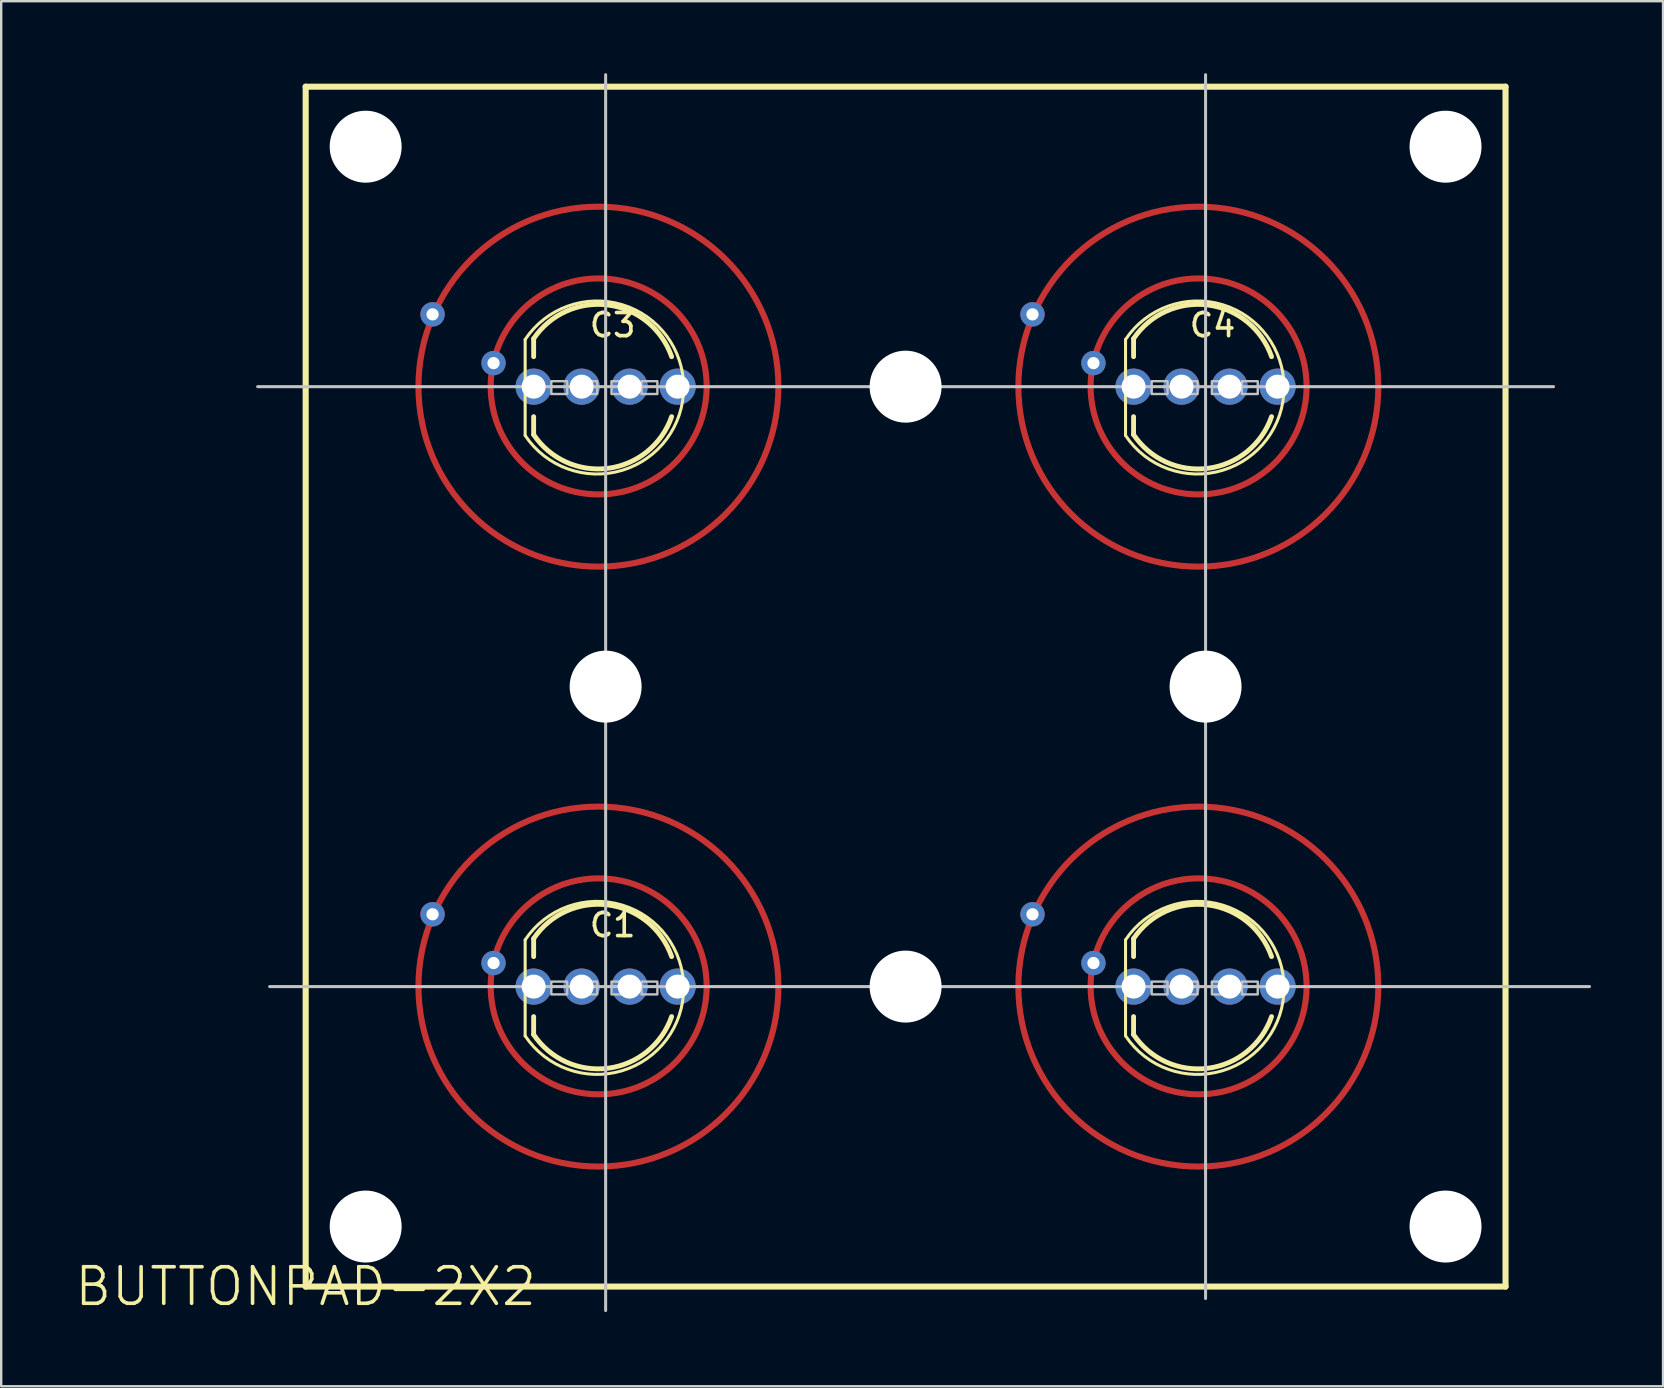
<source format=kicad_pcb>
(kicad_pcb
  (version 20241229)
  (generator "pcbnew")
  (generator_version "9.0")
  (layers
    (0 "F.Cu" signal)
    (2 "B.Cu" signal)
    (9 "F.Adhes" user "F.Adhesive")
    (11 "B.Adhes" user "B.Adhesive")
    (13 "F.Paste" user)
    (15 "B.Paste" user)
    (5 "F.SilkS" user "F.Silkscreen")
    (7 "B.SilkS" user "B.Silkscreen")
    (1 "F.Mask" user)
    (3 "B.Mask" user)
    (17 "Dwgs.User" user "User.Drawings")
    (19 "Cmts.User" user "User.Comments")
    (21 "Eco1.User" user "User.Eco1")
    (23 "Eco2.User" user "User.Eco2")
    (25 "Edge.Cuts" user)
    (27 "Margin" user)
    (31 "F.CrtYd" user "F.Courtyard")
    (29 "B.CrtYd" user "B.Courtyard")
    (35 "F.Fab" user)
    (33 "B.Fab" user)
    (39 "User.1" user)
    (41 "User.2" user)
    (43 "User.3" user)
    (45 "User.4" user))
  (footprint "BUTTONPAD-2X2"
    (layer "F.Cu")
    (at 9.688 50.563)
    (property "Reference" "BUTTONPAD-2X2" (at 0 0 0) (layer "F.SilkS") (effects (font (size 1.524 1.524) (thickness 0.15))))
    (attr through_hole)
    (fp_circle (center 12.2 -37.5) (end 19.7 -37.5) (stroke (width 0.254) (type solid)) (fill no) (layer "F.Cu"))
    (fp_circle (center 12.2 -12.5) (end 19.7 -12.5) (stroke (width 0.254) (type solid)) (fill no) (layer "F.Cu"))
    (fp_circle (center 12.21 -37.51) (end 16.71 -37.51) (stroke (width 0.254) (type solid)) (fill no) (layer "F.Cu"))
    (fp_circle (center 12.21 -12.51) (end 16.71 -12.51) (stroke (width 0.254) (type solid)) (fill no) (layer "F.Cu"))
    (fp_circle (center 37.2 -37.5) (end 44.7 -37.5) (stroke (width 0.254) (type solid)) (fill no) (layer "F.Cu"))
    (fp_circle (center 37.2 -12.5) (end 44.7 -12.5) (stroke (width 0.254) (type solid)) (fill no) (layer "F.Cu"))
    (fp_circle (center 37.21 -37.51) (end 41.71 -37.51) (stroke (width 0.254) (type solid)) (fill no) (layer "F.Cu"))
    (fp_circle (center 37.21 -12.51) (end 41.71 -12.51) (stroke (width 0.254) (type solid)) (fill no) (layer "F.Cu"))
    (fp_line (start 4.73 -38.01) (end 7.02 -37.87) (stroke (width 0.254) (type solid)) (layer "F.Mask"))
    (fp_line (start 4.73 -13.01) (end 7.02 -12.87) (stroke (width 0.254) (type solid)) (layer "F.Mask"))
    (fp_line (start 5.36 -40.53) (end 7.42 -39.5) (stroke (width 0.254) (type solid)) (layer "F.Mask"))
    (fp_line (start 5.36 -15.53) (end 7.42 -14.5) (stroke (width 0.254) (type solid)) (layer "F.Mask"))
    (fp_line (start 5.41 -39.24) (end 7.78 -38.48) (stroke (width 0.254) (type solid)) (layer "F.Mask"))
    (fp_line (start 5.41 -14.24) (end 7.78 -13.48) (stroke (width 0.254) (type solid)) (layer "F.Mask"))
    (fp_line (start 5.44 -36.75) (end 7.74 -36.9) (stroke (width 0.254) (type solid)) (layer "F.Mask"))
    (fp_line (start 5.44 -11.75) (end 7.74 -11.9) (stroke (width 0.254) (type solid)) (layer "F.Mask"))
    (fp_line (start 6.08 -33.22) (end 8.03 -34.37) (stroke (width 0.254) (type solid)) (layer "F.Mask"))
    (fp_line (start 6.08 -8.22) (end 8.03 -9.37) (stroke (width 0.254) (type solid)) (layer "F.Mask"))
    (fp_line (start 6.19 -34.48) (end 8.19 -35.42) (stroke (width 0.254) (type solid)) (layer "F.Mask"))
    (fp_line (start 6.19 -9.48) (end 8.19 -10.42) (stroke (width 0.254) (type solid)) (layer "F.Mask"))
    (fp_line (start 6.43 -41.16) (end 8.29 -39.93) (stroke (width 0.254) (type solid)) (layer "F.Mask"))
    (fp_line (start 6.43 -16.16) (end 8.29 -14.93) (stroke (width 0.254) (type solid)) (layer "F.Mask"))
    (fp_line (start 6.68 -42.51) (end 8.2 -41) (stroke (width 0.254) (type solid)) (layer "F.Mask"))
    (fp_line (start 6.68 -17.51) (end 8.2 -16) (stroke (width 0.254) (type solid)) (layer "F.Mask"))
    (fp_line (start 7.31 -36.03) (end 5.03 -35.52) (stroke (width 0.254) (type solid)) (layer "F.Mask"))
    (fp_line (start 7.31 -11.03) (end 5.03 -10.52) (stroke (width 0.254) (type solid)) (layer "F.Mask"))
    (fp_line (start 7.76 -42.74) (end 9.32 -41.02) (stroke (width 0.254) (type solid)) (layer "F.Mask"))
    (fp_line (start 7.76 -17.74) (end 9.32 -16.02) (stroke (width 0.254) (type solid)) (layer "F.Mask"))
    (fp_line (start 8.16 -43.74) (end 9.61 -41.86) (stroke (width 0.254) (type solid)) (layer "F.Mask"))
    (fp_line (start 8.16 -18.74) (end 9.61 -16.86) (stroke (width 0.254) (type solid)) (layer "F.Mask"))
    (fp_line (start 9.15 -34.16) (end 7.28 -32.58) (stroke (width 0.254) (type solid)) (layer "F.Mask"))
    (fp_line (start 9.15 -9.16) (end 7.28 -7.58) (stroke (width 0.254) (type solid)) (layer "F.Mask"))
    (fp_line (start 9.35 -43.78) (end 10.46 -41.8) (stroke (width 0.254) (type solid)) (layer "F.Mask"))
    (fp_line (start 9.35 -18.78) (end 10.46 -16.8) (stroke (width 0.254) (type solid)) (layer "F.Mask"))
    (fp_line (start 9.44 -33.13) (end 8.1 -31.28) (stroke (width 0.254) (type solid)) (layer "F.Mask"))
    (fp_line (start 9.44 -8.13) (end 8.1 -6.28) (stroke (width 0.254) (type solid)) (layer "F.Mask"))
    (fp_line (start 9.46 -31.19) (end 10.45 -33.25) (stroke (width 0.254) (type solid)) (layer "F.Mask"))
    (fp_line (start 9.46 -6.19) (end 10.45 -8.25) (stroke (width 0.254) (type solid)) (layer "F.Mask"))
    (fp_line (start 10.88 -42.68) (end 10.02 -44.65) (stroke (width 0.254) (type solid)) (layer "F.Mask"))
    (fp_line (start 10.88 -17.68) (end 10.02 -19.65) (stroke (width 0.254) (type solid)) (layer "F.Mask"))
    (fp_line (start 10.91 -32.55) (end 10.15 -30.37) (stroke (width 0.254) (type solid)) (layer "F.Mask"))
    (fp_line (start 10.91 -7.55) (end 10.15 -5.37) (stroke (width 0.254) (type solid)) (layer "F.Mask"))
    (fp_line (start 11.49 -30.66) (end 11.84 -32.99) (stroke (width 0.254) (type solid)) (layer "F.Mask"))
    (fp_line (start 11.49 -5.66) (end 11.84 -7.99) (stroke (width 0.254) (type solid)) (layer "F.Mask"))
    (fp_line (start 11.62 -41.98) (end 11.21 -44.45) (stroke (width 0.254) (type solid)) (layer "F.Mask"))
    (fp_line (start 11.62 -16.98) (end 11.21 -19.45) (stroke (width 0.254) (type solid)) (layer "F.Mask"))
    (fp_line (start 12.2 -42.87) (end 12.2 -44.99) (stroke (width 0.254) (type solid)) (layer "F.Mask"))
    (fp_line (start 12.2 -17.87) (end 12.2 -19.99) (stroke (width 0.254) (type solid)) (layer "F.Mask"))
    (fp_line (start 12.49 -32.29) (end 12.42 -30.06) (stroke (width 0.254) (type solid)) (layer "F.Mask"))
    (fp_line (start 12.49 -7.29) (end 12.42 -5.06) (stroke (width 0.254) (type solid)) (layer "F.Mask"))
    (fp_line (start 12.76 -42.01) (end 13.3 -44.29) (stroke (width 0.254) (type solid)) (layer "F.Mask"))
    (fp_line (start 12.76 -17.01) (end 13.3 -19.29) (stroke (width 0.254) (type solid)) (layer "F.Mask"))
    (fp_line (start 13.64 -30.74) (end 13.18 -33.09) (stroke (width 0.254) (type solid)) (layer "F.Mask"))
    (fp_line (start 13.64 -5.74) (end 13.18 -8.09) (stroke (width 0.254) (type solid)) (layer "F.Mask"))
    (fp_line (start 13.7 -42.52) (end 14.54 -44.54) (stroke (width 0.254) (type solid)) (layer "F.Mask"))
    (fp_line (start 13.7 -17.52) (end 14.54 -19.54) (stroke (width 0.254) (type solid)) (layer "F.Mask"))
    (fp_line (start 14.05 -32.62) (end 14.83 -30.57) (stroke (width 0.254) (type solid)) (layer "F.Mask"))
    (fp_line (start 14.05 -7.62) (end 14.83 -5.57) (stroke (width 0.254) (type solid)) (layer "F.Mask"))
    (fp_line (start 14.2 -41.6) (end 15.54 -43.51) (stroke (width 0.254) (type solid)) (layer "F.Mask"))
    (fp_line (start 14.2 -16.6) (end 15.54 -18.51) (stroke (width 0.254) (type solid)) (layer "F.Mask"))
    (fp_line (start 15.39 -40.77) (end 17.21 -42.2) (stroke (width 0.254) (type solid)) (layer "F.Mask"))
    (fp_line (start 15.39 -15.77) (end 17.21 -17.2) (stroke (width 0.254) (type solid)) (layer "F.Mask"))
    (fp_line (start 15.57 -33.44) (end 16.77 -31.66) (stroke (width 0.254) (type solid)) (layer "F.Mask"))
    (fp_line (start 15.57 -8.44) (end 16.77 -6.66) (stroke (width 0.254) (type solid)) (layer "F.Mask"))
    (fp_line (start 15.66 -34.6) (end 17.21 -32.98) (stroke (width 0.254) (type solid)) (layer "F.Mask"))
    (fp_line (start 15.66 -9.6) (end 17.21 -7.98) (stroke (width 0.254) (type solid)) (layer "F.Mask"))
    (fp_line (start 15.83 -31.52) (end 14.58 -33.66) (stroke (width 0.254) (type solid)) (layer "F.Mask"))
    (fp_line (start 15.83 -6.52) (end 14.58 -8.66) (stroke (width 0.254) (type solid)) (layer "F.Mask"))
    (fp_line (start 16.23 -39.68) (end 18.4 -40.65) (stroke (width 0.254) (type solid)) (layer "F.Mask"))
    (fp_line (start 16.23 -14.68) (end 18.4 -15.65) (stroke (width 0.254) (type solid)) (layer "F.Mask"))
    (fp_line (start 16.34 -40.55) (end 18.37 -41.64) (stroke (width 0.254) (type solid)) (layer "F.Mask"))
    (fp_line (start 16.34 -15.55) (end 18.37 -16.64) (stroke (width 0.254) (type solid)) (layer "F.Mask"))
    (fp_line (start 16.43 -35.93) (end 18.56 -34.88) (stroke (width 0.254) (type solid)) (layer "F.Mask"))
    (fp_line (start 16.43 -10.93) (end 18.56 -9.88) (stroke (width 0.254) (type solid)) (layer "F.Mask"))
    (fp_line (start 16.64 -34.72) (end 18.39 -33.42) (stroke (width 0.254) (type solid)) (layer "F.Mask"))
    (fp_line (start 16.64 -9.72) (end 18.39 -8.42) (stroke (width 0.254) (type solid)) (layer "F.Mask"))
    (fp_line (start 16.67 -38.36) (end 19.01 -38.68) (stroke (width 0.254) (type solid)) (layer "F.Mask"))
    (fp_line (start 16.67 -13.36) (end 19.01 -13.68) (stroke (width 0.254) (type solid)) (layer "F.Mask"))
    (fp_line (start 16.71 -37.07) (end 19.07 -36.91) (stroke (width 0.254) (type solid)) (layer "F.Mask"))
    (fp_line (start 16.71 -12.07) (end 19.07 -11.91) (stroke (width 0.254) (type solid)) (layer "F.Mask"))
    (fp_line (start 16.73 -43.42) (end 15.17 -41.64) (stroke (width 0.254) (type solid)) (layer "F.Mask"))
    (fp_line (start 16.73 -18.42) (end 15.17 -16.64) (stroke (width 0.254) (type solid)) (layer "F.Mask"))
    (fp_line (start 17.09 -39.32) (end 19.33 -39.74) (stroke (width 0.254) (type solid)) (layer "F.Mask"))
    (fp_line (start 17.09 -14.32) (end 19.33 -14.74) (stroke (width 0.254) (type solid)) (layer "F.Mask"))
    (fp_line (start 17.25 -36.38) (end 19.37 -35.7) (stroke (width 0.254) (type solid)) (layer "F.Mask"))
    (fp_line (start 17.25 -11.38) (end 19.37 -10.7) (stroke (width 0.254) (type solid)) (layer "F.Mask"))
    (fp_line (start 17.37 -37.77) (end 19.66 -37.74) (stroke (width 0.254) (type solid)) (layer "F.Mask"))
    (fp_line (start 17.37 -12.77) (end 19.66 -12.74) (stroke (width 0.254) (type solid)) (layer "F.Mask"))
    (fp_line (start 29.73 -38.01) (end 32.02 -37.87) (stroke (width 0.254) (type solid)) (layer "F.Mask"))
    (fp_line (start 29.73 -13.01) (end 32.02 -12.87) (stroke (width 0.254) (type solid)) (layer "F.Mask"))
    (fp_line (start 30.36 -40.53) (end 32.42 -39.5) (stroke (width 0.254) (type solid)) (layer "F.Mask"))
    (fp_line (start 30.36 -15.53) (end 32.42 -14.5) (stroke (width 0.254) (type solid)) (layer "F.Mask"))
    (fp_line (start 30.41 -39.24) (end 32.78 -38.48) (stroke (width 0.254) (type solid)) (layer "F.Mask"))
    (fp_line (start 30.41 -14.24) (end 32.78 -13.48) (stroke (width 0.254) (type solid)) (layer "F.Mask"))
    (fp_line (start 30.44 -36.75) (end 32.74 -36.9) (stroke (width 0.254) (type solid)) (layer "F.Mask"))
    (fp_line (start 30.44 -11.75) (end 32.74 -11.9) (stroke (width 0.254) (type solid)) (layer "F.Mask"))
    (fp_line (start 31.08 -33.22) (end 33.03 -34.37) (stroke (width 0.254) (type solid)) (layer "F.Mask"))
    (fp_line (start 31.08 -8.22) (end 33.03 -9.37) (stroke (width 0.254) (type solid)) (layer "F.Mask"))
    (fp_line (start 31.19 -34.48) (end 33.19 -35.42) (stroke (width 0.254) (type solid)) (layer "F.Mask"))
    (fp_line (start 31.19 -9.48) (end 33.19 -10.42) (stroke (width 0.254) (type solid)) (layer "F.Mask"))
    (fp_line (start 31.43 -41.16) (end 33.29 -39.93) (stroke (width 0.254) (type solid)) (layer "F.Mask"))
    (fp_line (start 31.43 -16.16) (end 33.29 -14.93) (stroke (width 0.254) (type solid)) (layer "F.Mask"))
    (fp_line (start 31.68 -42.51) (end 33.2 -41) (stroke (width 0.254) (type solid)) (layer "F.Mask"))
    (fp_line (start 31.68 -17.51) (end 33.2 -16) (stroke (width 0.254) (type solid)) (layer "F.Mask"))
    (fp_line (start 32.31 -36.03) (end 30.03 -35.52) (stroke (width 0.254) (type solid)) (layer "F.Mask"))
    (fp_line (start 32.31 -11.03) (end 30.03 -10.52) (stroke (width 0.254) (type solid)) (layer "F.Mask"))
    (fp_line (start 32.76 -42.74) (end 34.32 -41.02) (stroke (width 0.254) (type solid)) (layer "F.Mask"))
    (fp_line (start 32.76 -17.74) (end 34.32 -16.02) (stroke (width 0.254) (type solid)) (layer "F.Mask"))
    (fp_line (start 33.16 -43.74) (end 34.61 -41.86) (stroke (width 0.254) (type solid)) (layer "F.Mask"))
    (fp_line (start 33.16 -18.74) (end 34.61 -16.86) (stroke (width 0.254) (type solid)) (layer "F.Mask"))
    (fp_line (start 34.15 -34.16) (end 32.28 -32.58) (stroke (width 0.254) (type solid)) (layer "F.Mask"))
    (fp_line (start 34.15 -9.16) (end 32.28 -7.58) (stroke (width 0.254) (type solid)) (layer "F.Mask"))
    (fp_line (start 34.35 -43.78) (end 35.46 -41.8) (stroke (width 0.254) (type solid)) (layer "F.Mask"))
    (fp_line (start 34.35 -18.78) (end 35.46 -16.8) (stroke (width 0.254) (type solid)) (layer "F.Mask"))
    (fp_line (start 34.44 -33.13) (end 33.1 -31.28) (stroke (width 0.254) (type solid)) (layer "F.Mask"))
    (fp_line (start 34.44 -8.13) (end 33.1 -6.28) (stroke (width 0.254) (type solid)) (layer "F.Mask"))
    (fp_line (start 34.46 -31.19) (end 35.45 -33.25) (stroke (width 0.254) (type solid)) (layer "F.Mask"))
    (fp_line (start 34.46 -6.19) (end 35.45 -8.25) (stroke (width 0.254) (type solid)) (layer "F.Mask"))
    (fp_line (start 35.88 -42.68) (end 35.02 -44.65) (stroke (width 0.254) (type solid)) (layer "F.Mask"))
    (fp_line (start 35.88 -17.68) (end 35.02 -19.65) (stroke (width 0.254) (type solid)) (layer "F.Mask"))
    (fp_line (start 35.91 -32.55) (end 35.15 -30.37) (stroke (width 0.254) (type solid)) (layer "F.Mask"))
    (fp_line (start 35.91 -7.55) (end 35.15 -5.37) (stroke (width 0.254) (type solid)) (layer "F.Mask"))
    (fp_line (start 36.49 -30.66) (end 36.84 -32.99) (stroke (width 0.254) (type solid)) (layer "F.Mask"))
    (fp_line (start 36.49 -5.66) (end 36.84 -7.99) (stroke (width 0.254) (type solid)) (layer "F.Mask"))
    (fp_line (start 36.62 -41.98) (end 36.21 -44.45) (stroke (width 0.254) (type solid)) (layer "F.Mask"))
    (fp_line (start 36.62 -16.98) (end 36.21 -19.45) (stroke (width 0.254) (type solid)) (layer "F.Mask"))
    (fp_line (start 37.2 -42.87) (end 37.2 -44.99) (stroke (width 0.254) (type solid)) (layer "F.Mask"))
    (fp_line (start 37.2 -17.87) (end 37.2 -19.99) (stroke (width 0.254) (type solid)) (layer "F.Mask"))
    (fp_line (start 37.49 -32.29) (end 37.42 -30.06) (stroke (width 0.254) (type solid)) (layer "F.Mask"))
    (fp_line (start 37.49 -7.29) (end 37.42 -5.06) (stroke (width 0.254) (type solid)) (layer "F.Mask"))
    (fp_line (start 37.76 -42.01) (end 38.3 -44.29) (stroke (width 0.254) (type solid)) (layer "F.Mask"))
    (fp_line (start 37.76 -17.01) (end 38.3 -19.29) (stroke (width 0.254) (type solid)) (layer "F.Mask"))
    (fp_line (start 38.64 -30.74) (end 38.18 -33.09) (stroke (width 0.254) (type solid)) (layer "F.Mask"))
    (fp_line (start 38.64 -5.74) (end 38.18 -8.09) (stroke (width 0.254) (type solid)) (layer "F.Mask"))
    (fp_line (start 38.7 -42.52) (end 39.54 -44.54) (stroke (width 0.254) (type solid)) (layer "F.Mask"))
    (fp_line (start 38.7 -17.52) (end 39.54 -19.54) (stroke (width 0.254) (type solid)) (layer "F.Mask"))
    (fp_line (start 39.05 -32.62) (end 39.83 -30.57) (stroke (width 0.254) (type solid)) (layer "F.Mask"))
    (fp_line (start 39.05 -7.62) (end 39.83 -5.57) (stroke (width 0.254) (type solid)) (layer "F.Mask"))
    (fp_line (start 39.2 -41.6) (end 40.54 -43.51) (stroke (width 0.254) (type solid)) (layer "F.Mask"))
    (fp_line (start 39.2 -16.6) (end 40.54 -18.51) (stroke (width 0.254) (type solid)) (layer "F.Mask"))
    (fp_line (start 40.39 -40.77) (end 42.21 -42.2) (stroke (width 0.254) (type solid)) (layer "F.Mask"))
    (fp_line (start 40.39 -15.77) (end 42.21 -17.2) (stroke (width 0.254) (type solid)) (layer "F.Mask"))
    (fp_line (start 40.57 -33.44) (end 41.77 -31.66) (stroke (width 0.254) (type solid)) (layer "F.Mask"))
    (fp_line (start 40.57 -8.44) (end 41.77 -6.66) (stroke (width 0.254) (type solid)) (layer "F.Mask"))
    (fp_line (start 40.66 -34.6) (end 42.21 -32.98) (stroke (width 0.254) (type solid)) (layer "F.Mask"))
    (fp_line (start 40.66 -9.6) (end 42.21 -7.98) (stroke (width 0.254) (type solid)) (layer "F.Mask"))
    (fp_line (start 40.83 -31.52) (end 39.58 -33.66) (stroke (width 0.254) (type solid)) (layer "F.Mask"))
    (fp_line (start 40.83 -6.52) (end 39.58 -8.66) (stroke (width 0.254) (type solid)) (layer "F.Mask"))
    (fp_line (start 41.23 -39.68) (end 43.4 -40.65) (stroke (width 0.254) (type solid)) (layer "F.Mask"))
    (fp_line (start 41.23 -14.68) (end 43.4 -15.65) (stroke (width 0.254) (type solid)) (layer "F.Mask"))
    (fp_line (start 41.34 -40.55) (end 43.37 -41.64) (stroke (width 0.254) (type solid)) (layer "F.Mask"))
    (fp_line (start 41.34 -15.55) (end 43.37 -16.64) (stroke (width 0.254) (type solid)) (layer "F.Mask"))
    (fp_line (start 41.43 -35.93) (end 43.56 -34.88) (stroke (width 0.254) (type solid)) (layer "F.Mask"))
    (fp_line (start 41.43 -10.93) (end 43.56 -9.88) (stroke (width 0.254) (type solid)) (layer "F.Mask"))
    (fp_line (start 41.64 -34.72) (end 43.39 -33.42) (stroke (width 0.254) (type solid)) (layer "F.Mask"))
    (fp_line (start 41.64 -9.72) (end 43.39 -8.42) (stroke (width 0.254) (type solid)) (layer "F.Mask"))
    (fp_line (start 41.67 -38.36) (end 44.01 -38.68) (stroke (width 0.254) (type solid)) (layer "F.Mask"))
    (fp_line (start 41.67 -13.36) (end 44.01 -13.68) (stroke (width 0.254) (type solid)) (layer "F.Mask"))
    (fp_line (start 41.71 -37.07) (end 44.07 -36.91) (stroke (width 0.254) (type solid)) (layer "F.Mask"))
    (fp_line (start 41.71 -12.07) (end 44.07 -11.91) (stroke (width 0.254) (type solid)) (layer "F.Mask"))
    (fp_line (start 41.73 -43.42) (end 40.17 -41.64) (stroke (width 0.254) (type solid)) (layer "F.Mask"))
    (fp_line (start 41.73 -18.42) (end 40.17 -16.64) (stroke (width 0.254) (type solid)) (layer "F.Mask"))
    (fp_line (start 42.09 -39.32) (end 44.33 -39.74) (stroke (width 0.254) (type solid)) (layer "F.Mask"))
    (fp_line (start 42.09 -14.32) (end 44.33 -14.74) (stroke (width 0.254) (type solid)) (layer "F.Mask"))
    (fp_line (start 42.25 -36.38) (end 44.37 -35.7) (stroke (width 0.254) (type solid)) (layer "F.Mask"))
    (fp_line (start 42.25 -11.38) (end 44.37 -10.7) (stroke (width 0.254) (type solid)) (layer "F.Mask"))
    (fp_line (start 42.37 -37.77) (end 44.66 -37.74) (stroke (width 0.254) (type solid)) (layer "F.Mask"))
    (fp_line (start 42.37 -12.77) (end 44.66 -12.74) (stroke (width 0.254) (type solid)) (layer "F.Mask"))
    (fp_circle (center 12.2 -37.51) (end 16.711 -37.51) (stroke (width 0.254) (type solid)) (fill no) (layer "F.Mask"))
    (fp_circle (center 12.2 -37.5) (end 19.7 -37.5) (stroke (width 0.254) (type solid)) (fill no) (layer "F.Mask"))
    (fp_circle (center 12.2 -12.51) (end 16.711 -12.51) (stroke (width 0.254) (type solid)) (fill no) (layer "F.Mask"))
    (fp_circle (center 12.2 -12.5) (end 19.7 -12.5) (stroke (width 0.254) (type solid)) (fill no) (layer "F.Mask"))
    (fp_circle (center 37.2 -37.51) (end 41.711 -37.51) (stroke (width 0.254) (type solid)) (fill no) (layer "F.Mask"))
    (fp_circle (center 37.2 -37.5) (end 44.7 -37.5) (stroke (width 0.254) (type solid)) (fill no) (layer "F.Mask"))
    (fp_circle (center 37.2 -12.51) (end 41.711 -12.51) (stroke (width 0.254) (type solid)) (fill no) (layer "F.Mask"))
    (fp_circle (center 37.2 -12.5) (end 44.7 -12.5) (stroke (width 0.254) (type solid)) (fill no) (layer "F.Mask"))
    (fp_line (start 0 -50) (end 50 -50) (stroke (width 0.254) (type solid)) (layer "F.SilkS"))
    (fp_line (start 0 0) (end 0 -50) (stroke (width 0.254) (type solid)) (layer "F.SilkS"))
    (fp_line (start 9.146 -39.465) (end 9.146 -35.465) (stroke (width 0.127) (type solid)) (layer "F.SilkS"))
    (fp_line (start 9.146 -14.446) (end 9.146 -10.446) (stroke (width 0.127) (type solid)) (layer "F.SilkS"))
    (fp_line (start 9.5 -39.5) (end 9.5 -38.75) (stroke (width 0.203) (type solid)) (layer "F.SilkS"))
    (fp_line (start 9.5 -35.5) (end 9.5 -36.25) (stroke (width 0.203) (type solid)) (layer "F.SilkS"))
    (fp_line (start 9.5 -14.5) (end 9.5 -13.75) (stroke (width 0.203) (type solid)) (layer "F.SilkS"))
    (fp_line (start 9.5 -10.5) (end 9.5 -11.25) (stroke (width 0.203) (type solid)) (layer "F.SilkS"))
    (fp_line (start 34.165 -39.465) (end 34.165 -35.465) (stroke (width 0.127) (type solid)) (layer "F.SilkS"))
    (fp_line (start 34.165 -14.446) (end 34.165 -10.446) (stroke (width 0.127) (type solid)) (layer "F.SilkS"))
    (fp_line (start 34.5 -39.5) (end 34.5 -38.75) (stroke (width 0.203) (type solid)) (layer "F.SilkS"))
    (fp_line (start 34.5 -35.5) (end 34.5 -36.25) (stroke (width 0.203) (type solid)) (layer "F.SilkS"))
    (fp_line (start 34.5 -14.5) (end 34.5 -13.75) (stroke (width 0.203) (type solid)) (layer "F.SilkS"))
    (fp_line (start 34.5 -10.5) (end 34.5 -11.25) (stroke (width 0.203) (type solid)) (layer "F.SilkS"))
    (fp_line (start 50 -50) (end 50 0) (stroke (width 0.254) (type solid)) (layer "F.SilkS"))
    (fp_line (start 50 0) (end 0 0) (stroke (width 0.254) (type solid)) (layer "F.SilkS"))
    (fp_arc (start 9.146 -39.465) (mid 15.751551 -37.465) (end 9.146 -35.465) (stroke (width 0.127) (type solid)) (layer "F.SilkS"))
    (fp_arc (start 9.146 -14.446) (mid 15.751551 -12.446) (end 9.146 -10.446) (stroke (width 0.127) (type solid)) (layer "F.SilkS"))
    (fp_arc (start 9.5 -39.5) (mid 12.606763 -40.901848) (end 15.25 -38.75) (stroke (width 0.2032) (type solid)) (layer "F.SilkS"))
    (fp_arc (start 9.5 -14.5) (mid 12.606763 -15.901848) (end 15.25 -13.75) (stroke (width 0.2032) (type solid)) (layer "F.SilkS"))
    (fp_arc (start 15.249999 -36.249998) (mid 12.606762 -34.098152) (end 9.5 -35.5) (stroke (width 0.2032) (type solid)) (layer "F.SilkS"))
    (fp_arc (start 15.249999 -11.249998) (mid 12.606762 -9.098152) (end 9.5 -10.5) (stroke (width 0.2032) (type solid)) (layer "F.SilkS"))
    (fp_arc (start 34.165 -39.465) (mid 40.770551 -37.465) (end 34.165 -35.465) (stroke (width 0.127) (type solid)) (layer "F.SilkS"))
    (fp_arc (start 34.165 -14.446) (mid 40.770551 -12.446) (end 34.165 -10.446) (stroke (width 0.127) (type solid)) (layer "F.SilkS"))
    (fp_arc (start 34.5 -39.5) (mid 37.606763 -40.901848) (end 40.25 -38.75) (stroke (width 0.2032) (type solid)) (layer "F.SilkS"))
    (fp_arc (start 34.5 -14.5) (mid 37.606763 -15.901848) (end 40.25 -13.75) (stroke (width 0.2032) (type solid)) (layer "F.SilkS"))
    (fp_arc (start 40.249999 -36.249998) (mid 37.606762 -34.098152) (end 34.5 -35.5) (stroke (width 0.2032) (type solid)) (layer "F.SilkS"))
    (fp_arc (start 40.249999 -11.249998) (mid 37.606762 -9.098152) (end 34.5 -10.5) (stroke (width 0.2032) (type solid)) (layer "F.SilkS"))
    (fp_line (start 12.5 -50.5) (end 12.5 1) (stroke (width 0.127) (type solid)) (layer "Dwgs.User"))
    (fp_line (start 37.5 0.5) (end 37.5 -50.5) (stroke (width 0.127) (type solid)) (layer "Dwgs.User"))
    (fp_line (start 52 -37.5) (end -2 -37.5) (stroke (width 0.127) (type solid)) (layer "Dwgs.User"))
    (fp_line (start 53.5 -12.5) (end -1.5 -12.5) (stroke (width 0.127) (type solid)) (layer "Dwgs.User"))
    (fp_poly (pts (xy 10.236 -37.193) (xy 10.897 -37.193) (xy 10.897 -37.727) (xy 10.236 -37.727)) (stroke (width 0.1) (type solid)) (fill no) (layer "Dwgs.User"))
    (fp_poly (pts (xy 10.236 -12.174) (xy 10.897 -12.174) (xy 10.897 -12.708) (xy 10.236 -12.708)) (stroke (width 0.1) (type solid)) (fill no) (layer "Dwgs.User"))
    (fp_poly (pts (xy 11.488 -37.193) (xy 12.149 -37.193) (xy 12.149 -37.727) (xy 11.488 -37.727)) (stroke (width 0.1) (type solid)) (fill no) (layer "Dwgs.User"))
    (fp_poly (pts (xy 11.488 -12.174) (xy 12.149 -12.174) (xy 12.149 -12.708) (xy 11.488 -12.708)) (stroke (width 0.1) (type solid)) (fill no) (layer "Dwgs.User"))
    (fp_poly (pts (xy 12.743 -37.193) (xy 13.404 -37.193) (xy 13.404 -37.727) (xy 12.743 -37.727)) (stroke (width 0.1) (type solid)) (fill no) (layer "Dwgs.User"))
    (fp_poly (pts (xy 12.743 -12.174) (xy 13.404 -12.174) (xy 13.404 -12.708) (xy 12.743 -12.708)) (stroke (width 0.1) (type solid)) (fill no) (layer "Dwgs.User"))
    (fp_poly (pts (xy 13.995 -37.193) (xy 14.656 -37.193) (xy 14.656 -37.727) (xy 13.995 -37.727)) (stroke (width 0.1) (type solid)) (fill no) (layer "Dwgs.User"))
    (fp_poly (pts (xy 13.995 -12.174) (xy 14.656 -12.174) (xy 14.656 -12.708) (xy 13.995 -12.708)) (stroke (width 0.1) (type solid)) (fill no) (layer "Dwgs.User"))
    (fp_poly (pts (xy 35.255 -37.193) (xy 35.916 -37.193) (xy 35.916 -37.727) (xy 35.255 -37.727)) (stroke (width 0.1) (type solid)) (fill no) (layer "Dwgs.User"))
    (fp_poly (pts (xy 35.255 -12.174) (xy 35.916 -12.174) (xy 35.916 -12.708) (xy 35.255 -12.708)) (stroke (width 0.1) (type solid)) (fill no) (layer "Dwgs.User"))
    (fp_poly (pts (xy 36.507 -37.193) (xy 37.168 -37.193) (xy 37.168 -37.727) (xy 36.507 -37.727)) (stroke (width 0.1) (type solid)) (fill no) (layer "Dwgs.User"))
    (fp_poly (pts (xy 36.507 -12.174) (xy 37.168 -12.174) (xy 37.168 -12.708) (xy 36.507 -12.708)) (stroke (width 0.1) (type solid)) (fill no) (layer "Dwgs.User"))
    (fp_poly (pts (xy 37.762 -37.193) (xy 38.423 -37.193) (xy 38.423 -37.727) (xy 37.762 -37.727)) (stroke (width 0.1) (type solid)) (fill no) (layer "Dwgs.User"))
    (fp_poly (pts (xy 37.762 -12.174) (xy 38.423 -12.174) (xy 38.423 -12.708) (xy 37.762 -12.708)) (stroke (width 0.1) (type solid)) (fill no) (layer "Dwgs.User"))
    (fp_poly (pts (xy 39.014 -37.193) (xy 39.675 -37.193) (xy 39.675 -37.727) (xy 39.014 -37.727)) (stroke (width 0.1) (type solid)) (fill no) (layer "Dwgs.User"))
    (fp_poly (pts (xy 39.014 -12.174) (xy 39.675 -12.174) (xy 39.675 -12.708) (xy 39.014 -12.708)) (stroke (width 0.1) (type solid)) (fill no) (layer "Dwgs.User"))
    (fp_text user "C4" (at 36.75 -39.5 0) (layer "F.SilkS") (effects (font (size 0.965 0.965) (thickness 0.152)) (justify left bottom)))
    (fp_text user "C3" (at 11.75 -39.5 0) (layer "F.SilkS") (effects (font (size 0.965 0.965) (thickness 0.152)) (justify left bottom)))
    (fp_text user "C1" (at 11.75 -14.5 0) (layer "F.SilkS") (effects (font (size 0.965 0.965) (thickness 0.152)) (justify left bottom)))
    (pad "" np_thru_hole circle (at 2.5 -47.5) (size 3 3) (drill 3) (layers "*.Cu"))
    (pad "" np_thru_hole circle (at 2.5 -2.5) (size 3 3) (drill 3) (layers "*.Cu"))
    (pad "" np_thru_hole circle (at 12.5 -25) (size 3 3) (drill 3) (layers "*.Cu"))
    (pad "" np_thru_hole circle (at 25 -37.5) (size 3 3) (drill 3) (layers "*.Cu"))
    (pad "" np_thru_hole circle (at 25 -12.5) (size 3 3) (drill 3) (layers "*.Cu"))
    (pad "" np_thru_hole circle (at 37.5 -25) (size 3 3) (drill 3) (layers "*.Cu"))
    (pad "" np_thru_hole circle (at 47.5 -47.5) (size 3 3) (drill 3) (layers "*.Cu"))
    (pad "" np_thru_hole circle (at 47.5 -2.5) (size 3 3) (drill 3) (layers "*.Cu"))
    (pad "BLU1" thru_hole circle (at 13.5 -12.5 90) (size 1.508 1.508) (drill 1) (layers "*.Cu" "*.Mask"))
    (pad "BLU2" thru_hole circle (at 38.5 -12.5 90) (size 1.508 1.508) (drill 1) (layers "*.Cu" "*.Mask"))
    (pad "BLU3" thru_hole circle (at 13.5 -37.5 90) (size 1.508 1.508) (drill 1) (layers "*.Cu" "*.Mask"))
    (pad "BLU4" thru_hole circle (at 38.5 -37.5 90) (size 1.508 1.508) (drill 1) (layers "*.Cu" "*.Mask"))
    (pad "GND1" thru_hole circle (at 11.5 -12.5 90) (size 1.508 1.508) (drill 1) (layers "*.Cu" "*.Mask"))
    (pad "GND2" thru_hole circle (at 36.5 -12.5 90) (size 1.508 1.508) (drill 1) (layers "*.Cu" "*.Mask"))
    (pad "GND3" thru_hole circle (at 11.5 -37.5 90) (size 1.508 1.508) (drill 1) (layers "*.Cu" "*.Mask"))
    (pad "GND4" thru_hole circle (at 36.5 -37.5 90) (size 1.508 1.508) (drill 1) (layers "*.Cu" "*.Mask"))
    (pad "GRN1" thru_hole circle (at 15.5 -12.5 90) (size 1.508 1.508) (drill 1) (layers "*.Cu" "*.Mask"))
    (pad "GRN2" thru_hole circle (at 40.5 -12.5 90) (size 1.508 1.508) (drill 1) (layers "*.Cu" "*.Mask"))
    (pad "GRN3" thru_hole circle (at 15.5 -37.5 90) (size 1.508 1.508) (drill 1) (layers "*.Cu" "*.Mask"))
    (pad "GRN4" thru_hole circle (at 40.5 -37.5 90) (size 1.508 1.508) (drill 1) (layers "*.Cu" "*.Mask"))
    (pad "RED1" thru_hole circle (at 9.5 -12.5 270) (size 1.508 1.508) (drill 1) (layers "*.Cu" "*.Mask"))
    (pad "RED2" thru_hole circle (at 34.5 -12.5 270) (size 1.508 1.508) (drill 1) (layers "*.Cu" "*.Mask"))
    (pad "RED3" thru_hole circle (at 9.5 -37.5 270) (size 1.508 1.508) (drill 1) (layers "*.Cu" "*.Mask"))
    (pad "RED4" thru_hole circle (at 34.5 -37.5 270) (size 1.508 1.508) (drill 1) (layers "*.Cu" "*.Mask"))
    (pad "SIG1" thru_hole circle (at 5.288 -15.513) (size 1.016 1.016) (drill 0.508) (layers "*.Cu" "*.Mask"))
    (pad "SIG2" thru_hole circle (at 7.828 -13.481) (size 1.016 1.016) (drill 0.508) (layers "*.Cu" "*.Mask"))
    (pad "SIG3" thru_hole circle (at 30.288 -15.513) (size 1.016 1.016) (drill 0.508) (layers "*.Cu" "*.Mask"))
    (pad "SIG4" thru_hole circle (at 32.828 -13.481) (size 1.016 1.016) (drill 0.508) (layers "*.Cu" "*.Mask"))
    (pad "SIG5" thru_hole circle (at 5.288 -40.513) (size 1.016 1.016) (drill 0.508) (layers "*.Cu" "*.Mask"))
    (pad "SIG6" thru_hole circle (at 7.828 -38.481) (size 1.016 1.016) (drill 0.508) (layers "*.Cu" "*.Mask"))
    (pad "SIG7" thru_hole circle (at 30.288 -40.513) (size 1.016 1.016) (drill 0.508) (layers "*.Cu" "*.Mask"))
    (pad "SIG8" thru_hole circle (at 32.828 -38.481) (size 1.016 1.016) (drill 0.508) (layers "*.Cu" "*.Mask")))
  (gr_rect
    (start -3 -3)
    (end 66.252 54.718)
    (stroke (width 0.1) (type default))
    (fill no)
    (layer "Edge.Cuts")))
</source>
